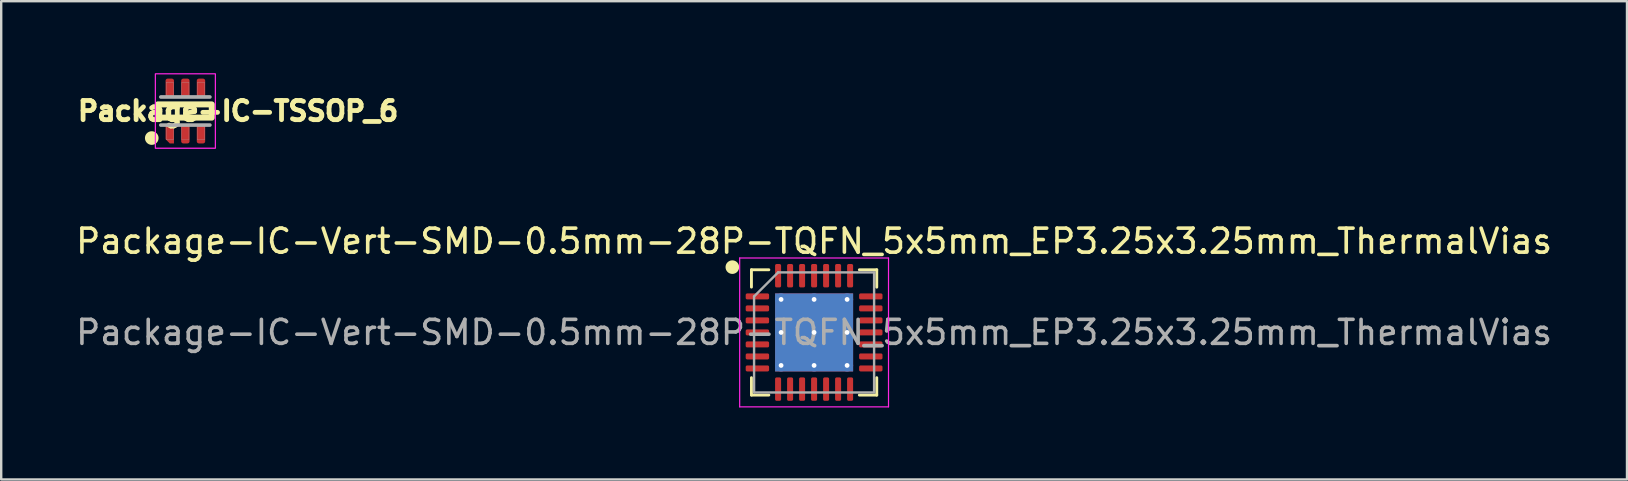
<source format=kicad_pcb>
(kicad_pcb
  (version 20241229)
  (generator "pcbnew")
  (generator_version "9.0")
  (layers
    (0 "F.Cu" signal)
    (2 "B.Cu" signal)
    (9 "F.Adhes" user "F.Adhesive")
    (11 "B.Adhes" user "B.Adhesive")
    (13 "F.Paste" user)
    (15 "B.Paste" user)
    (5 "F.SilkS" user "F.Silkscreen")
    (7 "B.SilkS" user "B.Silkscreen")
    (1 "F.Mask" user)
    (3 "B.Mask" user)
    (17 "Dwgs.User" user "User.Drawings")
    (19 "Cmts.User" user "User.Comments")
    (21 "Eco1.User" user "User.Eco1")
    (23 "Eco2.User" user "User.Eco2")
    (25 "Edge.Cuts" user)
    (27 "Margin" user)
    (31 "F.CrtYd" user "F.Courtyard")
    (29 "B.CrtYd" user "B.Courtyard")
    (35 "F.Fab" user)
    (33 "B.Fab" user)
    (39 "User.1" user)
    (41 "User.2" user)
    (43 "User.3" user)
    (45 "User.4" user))
  (footprint "Package-IC-Vert-SMD-0.5mm-28P-TQFN_5x5mm_EP3.25x3.25mm_ThermalVias"
    (layer "F.Cu")
    (at 30.863 10.798)
    (property "Reference" "Package-IC-Vert-SMD-0.5mm-28P-TQFN_5x5mm_EP3.25x3.25mm_ThermalVias" (at 0 -3.8 0) (layer "F.SilkS") (effects (font (size 1 1) (thickness 0.15))))
    (attr smd)
    (fp_line (start -2.61 -2.612) (end -2.61 -1.887) (stroke (width 0.12) (type solid)) (layer "F.SilkS"))
    (fp_line (start -2.61 2.61) (end -2.61 1.885) (stroke (width 0.12) (type solid)) (layer "F.SilkS"))
    (fp_line (start -1.885 -2.61) (end -2.61 -2.61) (stroke (width 0.12) (type solid)) (layer "F.SilkS"))
    (fp_line (start -1.885 2.61) (end -2.61 2.61) (stroke (width 0.12) (type solid)) (layer "F.SilkS"))
    (fp_line (start 1.885 -2.61) (end 2.61 -2.61) (stroke (width 0.12) (type solid)) (layer "F.SilkS"))
    (fp_line (start 1.885 2.61) (end 2.61 2.61) (stroke (width 0.12) (type solid)) (layer "F.SilkS"))
    (fp_line (start 2.61 -2.61) (end 2.61 -1.885) (stroke (width 0.12) (type solid)) (layer "F.SilkS"))
    (fp_line (start 2.61 2.61) (end 2.61 1.885) (stroke (width 0.12) (type solid)) (layer "F.SilkS"))
    (fp_circle (center -3.406 -2.72) (end -3.183 -2.72) (stroke (width 0.12) (type solid)) (fill yes) (layer "F.SilkS"))
    (fp_line (start -3.1 -3.1) (end -3.1 3.1) (stroke (width 0.05) (type solid)) (layer "F.CrtYd"))
    (fp_line (start -3.1 3.1) (end 3.1 3.1) (stroke (width 0.05) (type solid)) (layer "F.CrtYd"))
    (fp_line (start 3.1 -3.1) (end -3.1 -3.1) (stroke (width 0.05) (type solid)) (layer "F.CrtYd"))
    (fp_line (start 3.1 3.1) (end 3.1 -3.1) (stroke (width 0.05) (type solid)) (layer "F.CrtYd"))
    (fp_line (start -2.5 -1.5) (end -1.5 -2.5) (stroke (width 0.1) (type solid)) (layer "F.Fab"))
    (fp_line (start -2.5 2.5) (end -2.5 -1.5) (stroke (width 0.1) (type solid)) (layer "F.Fab"))
    (fp_line (start -1.5 -2.5) (end 2.5 -2.5) (stroke (width 0.1) (type solid)) (layer "F.Fab"))
    (fp_line (start 2.5 -2.5) (end 2.5 2.5) (stroke (width 0.1) (type solid)) (layer "F.Fab"))
    (fp_line (start 2.5 2.5) (end -2.5 2.5) (stroke (width 0.1) (type solid)) (layer "F.Fab"))
    (fp_text user "${REFERENCE}" (at 0 0 0) (layer "F.Fab") (effects (font (size 1 1) (thickness 0.15))))
    (pad "" smd roundrect (at -0.81 -0.81) (size 1.41 1.41) (layers "F.Paste") (roundrect_rratio 0.177))
    (pad "" smd roundrect (at -0.81 0.81) (size 1.41 1.41) (layers "F.Paste") (roundrect_rratio 0.177))
    (pad "" smd roundrect (at 0.81 -0.81) (size 1.41 1.41) (layers "F.Paste") (roundrect_rratio 0.177))
    (pad "" smd roundrect (at 0.81 0.81) (size 1.41 1.41) (layers "F.Paste") (roundrect_rratio 0.177))
    (pad "1" smd roundrect (at -2.362 -1.5) (size 0.975 0.25) (layers "F.Cu" "F.Mask" "F.Paste") (roundrect_rratio 0.25))
    (pad "2" smd roundrect (at -2.362 -1) (size 0.975 0.25) (layers "F.Cu" "F.Mask" "F.Paste") (roundrect_rratio 0.25))
    (pad "3" smd roundrect (at -2.362 -0.5) (size 0.975 0.25) (layers "F.Cu" "F.Mask" "F.Paste") (roundrect_rratio 0.25))
    (pad "4" smd roundrect (at -2.362 0) (size 0.975 0.25) (layers "F.Cu" "F.Mask" "F.Paste") (roundrect_rratio 0.25))
    (pad "5" smd roundrect (at -2.362 0.5) (size 0.975 0.25) (layers "F.Cu" "F.Mask" "F.Paste") (roundrect_rratio 0.25))
    (pad "6" smd roundrect (at -2.362 1) (size 0.975 0.25) (layers "F.Cu" "F.Mask" "F.Paste") (roundrect_rratio 0.25))
    (pad "7" smd roundrect (at -2.362 1.5) (size 0.975 0.25) (layers "F.Cu" "F.Mask" "F.Paste") (roundrect_rratio 0.25))
    (pad "8" smd roundrect (at -1.5 2.362) (size 0.25 0.975) (layers "F.Cu" "F.Mask" "F.Paste") (roundrect_rratio 0.25))
    (pad "9" smd roundrect (at -1 2.362) (size 0.25 0.975) (layers "F.Cu" "F.Mask" "F.Paste") (roundrect_rratio 0.25))
    (pad "10" smd roundrect (at -0.5 2.362) (size 0.25 0.975) (layers "F.Cu" "F.Mask" "F.Paste") (roundrect_rratio 0.25))
    (pad "11" smd roundrect (at 0 2.362) (size 0.25 0.975) (layers "F.Cu" "F.Mask" "F.Paste") (roundrect_rratio 0.25))
    (pad "12" smd roundrect (at 0.5 2.362) (size 0.25 0.975) (layers "F.Cu" "F.Mask" "F.Paste") (roundrect_rratio 0.25))
    (pad "13" smd roundrect (at 1 2.362) (size 0.25 0.975) (layers "F.Cu" "F.Mask" "F.Paste") (roundrect_rratio 0.25))
    (pad "14" smd roundrect (at 1.5 2.362) (size 0.25 0.975) (layers "F.Cu" "F.Mask" "F.Paste") (roundrect_rratio 0.25))
    (pad "15" smd roundrect (at 2.362 1.5) (size 0.975 0.25) (layers "F.Cu" "F.Mask" "F.Paste") (roundrect_rratio 0.25))
    (pad "16" smd roundrect (at 2.362 1) (size 0.975 0.25) (layers "F.Cu" "F.Mask" "F.Paste") (roundrect_rratio 0.25))
    (pad "17" smd roundrect (at 2.362 0.5) (size 0.975 0.25) (layers "F.Cu" "F.Mask" "F.Paste") (roundrect_rratio 0.25))
    (pad "18" smd roundrect (at 2.362 0) (size 0.975 0.25) (layers "F.Cu" "F.Mask" "F.Paste") (roundrect_rratio 0.25))
    (pad "19" smd roundrect (at 2.362 -0.5) (size 0.975 0.25) (layers "F.Cu" "F.Mask" "F.Paste") (roundrect_rratio 0.25))
    (pad "20" smd roundrect (at 2.362 -1) (size 0.975 0.25) (layers "F.Cu" "F.Mask" "F.Paste") (roundrect_rratio 0.25))
    (pad "21" smd roundrect (at 2.362 -1.5) (size 0.975 0.25) (layers "F.Cu" "F.Mask" "F.Paste") (roundrect_rratio 0.25))
    (pad "22" smd roundrect (at 1.5 -2.362) (size 0.25 0.975) (layers "F.Cu" "F.Mask" "F.Paste") (roundrect_rratio 0.25))
    (pad "23" smd roundrect (at 1 -2.362) (size 0.25 0.975) (layers "F.Cu" "F.Mask" "F.Paste") (roundrect_rratio 0.25))
    (pad "24" smd roundrect (at 0.5 -2.362) (size 0.25 0.975) (layers "F.Cu" "F.Mask" "F.Paste") (roundrect_rratio 0.25))
    (pad "25" smd roundrect (at 0 -2.362) (size 0.25 0.975) (layers "F.Cu" "F.Mask" "F.Paste") (roundrect_rratio 0.25))
    (pad "26" smd roundrect (at -0.5 -2.362) (size 0.25 0.975) (layers "F.Cu" "F.Mask" "F.Paste") (roundrect_rratio 0.25))
    (pad "27" smd roundrect (at -1 -2.362) (size 0.25 0.975) (layers "F.Cu" "F.Mask" "F.Paste") (roundrect_rratio 0.25))
    (pad "28" smd roundrect (at -1.5 -2.362) (size 0.25 0.975) (layers "F.Cu" "F.Mask" "F.Paste") (roundrect_rratio 0.25))
    (pad "29" thru_hole circle (at -1.375 -1.375) (size 0.5 0.5) (drill 0.2) (layers "*.Cu"))
    (pad "29" thru_hole circle (at -1.375 0) (size 0.5 0.5) (drill 0.2) (layers "*.Cu"))
    (pad "29" thru_hole circle (at -1.375 1.375) (size 0.5 0.5) (drill 0.2) (layers "*.Cu"))
    (pad "29" thru_hole circle (at 0 -1.375) (size 0.5 0.5) (drill 0.2) (layers "*.Cu"))
    (pad "29" thru_hole circle (at 0 0) (size 0.5 0.5) (drill 0.2) (layers "*.Cu"))
    (pad "29" smd rect (at 0 0) (size 3.25 3.25) (layers "F.Cu" "F.Mask"))
    (pad "29" smd rect (at 0 0) (size 3.25 3.25) (layers "B.Cu"))
    (pad "29" thru_hole circle (at 0 1.375) (size 0.5 0.5) (drill 0.2) (layers "*.Cu"))
    (pad "29" thru_hole circle (at 1.375 -1.375) (size 0.5 0.5) (drill 0.2) (layers "*.Cu"))
    (pad "29" thru_hole circle (at 1.375 0) (size 0.5 0.5) (drill 0.2) (layers "*.Cu"))
    (pad "29" thru_hole circle (at 1.375 1.375) (size 0.5 0.5) (drill 0.2) (layers "*.Cu")))
  (footprint "Package-IC-TSSOP_6"
    (layer "F.Cu")
    (at 4.672 1.575)
    (property "Reference" "Package-IC-TSSOP_6" (at 2.196 0 180) (layer "F.SilkS") (effects (font (size 0.8 0.8) (thickness 0.2))))
    (attr smd)
    (fp_poly (pts (xy -0.875 0.5) (xy -0.425 0.5) (xy -0.425 1.401) (xy -0.875 1.401)) (stroke (width 0.01) (type solid)) (fill yes) (layer "F.Mask"))
    (fp_poly (pts (xy -0.875 -1.4) (xy -0.425 -1.4) (xy -0.425 -0.5) (xy -0.875 -0.5)) (stroke (width 0.01) (type solid)) (fill yes) (layer "F.Mask"))
    (fp_poly (pts (xy -0.225 -1.4) (xy 0.225 -1.4) (xy 0.225 -0.501) (xy -0.225 -0.501)) (stroke (width 0.01) (type solid)) (fill yes) (layer "F.Mask"))
    (fp_poly (pts (xy -0.225 0.5) (xy 0.225 0.5) (xy 0.225 1.401) (xy -0.225 1.401)) (stroke (width 0.01) (type solid)) (fill yes) (layer "F.Mask"))
    (fp_poly (pts (xy 0.425 -1.4) (xy 0.875 -1.4) (xy 0.875 -0.5) (xy 0.425 -0.5)) (stroke (width 0.01) (type solid)) (fill yes) (layer "F.Mask"))
    (fp_poly (pts (xy 0.426 0.5) (xy 0.875 0.5) (xy 0.875 1.402) (xy 0.426 1.402)) (stroke (width 0.01) (type solid)) (fill yes) (layer "F.Mask"))
    (fp_rect (start -1.15 -0.275) (end -0.65 0.275) (stroke (width 0.12) (type solid)) (fill no) (layer "F.SilkS"))
    (fp_rect (start -1.15 -0.275) (end 1.1 0.275) (stroke (width 0.25) (type solid)) (fill no) (layer "F.SilkS"))
    (fp_circle (center -1.4 1.126) (end -1.176 1.126) (stroke (width 0.12) (type solid)) (fill yes) (layer "F.SilkS"))
    (fp_poly (pts (xy -0.802 -1.325) (xy -0.5 -1.325) (xy -0.5 -0.576) (xy -0.802 -0.576)) (stroke (width 0.01) (type solid)) (fill yes) (layer "F.Paste"))
    (fp_poly (pts (xy -0.801 0.575) (xy -0.5 0.575) (xy -0.5 1.326) (xy -0.801 1.326)) (stroke (width 0.01) (type solid)) (fill yes) (layer "F.Paste"))
    (fp_poly (pts (xy -0.15 0.575) (xy 0.15 0.575) (xy 0.15 1.326) (xy -0.15 1.326)) (stroke (width 0.01) (type solid)) (fill yes) (layer "F.Paste"))
    (fp_poly (pts (xy -0.15 -1.325) (xy 0.15 -1.325) (xy 0.15 -0.575) (xy -0.15 -0.575)) (stroke (width 0.01) (type solid)) (fill yes) (layer "F.Paste"))
    (fp_poly (pts (xy 0.5 -1.325) (xy 0.8 -1.325) (xy 0.8 -0.575) (xy 0.5 -0.575)) (stroke (width 0.01) (type solid)) (fill yes) (layer "F.Paste"))
    (fp_poly (pts (xy 0.5 0.575) (xy 0.8 0.575) (xy 0.8 1.326) (xy 0.5 1.326)) (stroke (width 0.01) (type solid)) (fill yes) (layer "F.Paste"))
    (fp_rect (start -1.25 -1.55) (end 1.25 1.55) (stroke (width 0.05) (type solid)) (fill no) (layer "F.CrtYd"))
    (fp_line (start -1.022 -0.585) (end 1.022 -0.585) (stroke (width 0.152) (type solid)) (layer "F.Fab"))
    (fp_line (start 1.022 0.585) (end -1.022 0.585) (stroke (width 0.152) (type solid)) (layer "F.Fab"))
    (fp_poly (pts (xy -0.801 0.625) (xy -0.5 0.625) (xy -0.5 1.202) (xy -0.801 1.202)) (stroke (width 0.01) (type solid)) (fill no) (layer "F.Fab"))
    (fp_poly (pts (xy -0.801 -1.2) (xy -0.5 -1.2) (xy -0.5 -0.626) (xy -0.801 -0.626)) (stroke (width 0.01) (type solid)) (fill no) (layer "F.Fab"))
    (fp_poly (pts (xy -0.15 -1.2) (xy 0.15 -1.2) (xy 0.15 -0.626) (xy -0.15 -0.626)) (stroke (width 0.01) (type solid)) (fill no) (layer "F.Fab"))
    (fp_poly (pts (xy -0.15 0.625) (xy 0.15 0.625) (xy 0.15 1.2) (xy -0.15 1.2)) (stroke (width 0.01) (type solid)) (fill no) (layer "F.Fab"))
    (fp_poly (pts (xy 0.5 0.625) (xy 0.8 0.625) (xy 0.8 1.201) (xy 0.5 1.201)) (stroke (width 0.01) (type solid)) (fill no) (layer "F.Fab"))
    (fp_poly (pts (xy 0.501 -1.2) (xy 0.8 -1.2) (xy 0.8 -0.626) (xy 0.501 -0.626)) (stroke (width 0.01) (type solid)) (fill no) (layer "F.Fab"))
    (pad "1" smd roundrect (at -0.65 0.95) (size 0.35 0.8) (layers "F.Cu") (roundrect_rratio 0) (chamfer_ratio 0.5) (chamfer bottom_left))
    (pad "2" smd roundrect (at 0 0.95) (size 0.35 0.8) (layers "F.Cu") (roundrect_rratio 0.25))
    (pad "3" smd roundrect (at 0.65 0.95) (size 0.35 0.8) (layers "F.Cu") (roundrect_rratio 0.25))
    (pad "4" smd roundrect (at 0.65 -0.95) (size 0.35 0.8) (layers "F.Cu") (roundrect_rratio 0.25))
    (pad "5" smd roundrect (at 0 -0.95) (size 0.35 0.8) (layers "F.Cu") (roundrect_rratio 0.25))
    (pad "6" smd roundrect (at -0.65 -0.95) (size 0.35 0.8) (layers "F.Cu") (roundrect_rratio 0.25)))
  (gr_rect
    (start -3 -3)
    (end 64.726 16.923)
    (stroke (width 0.1) (type default))
    (fill no)
    (layer "Edge.Cuts")))
</source>
